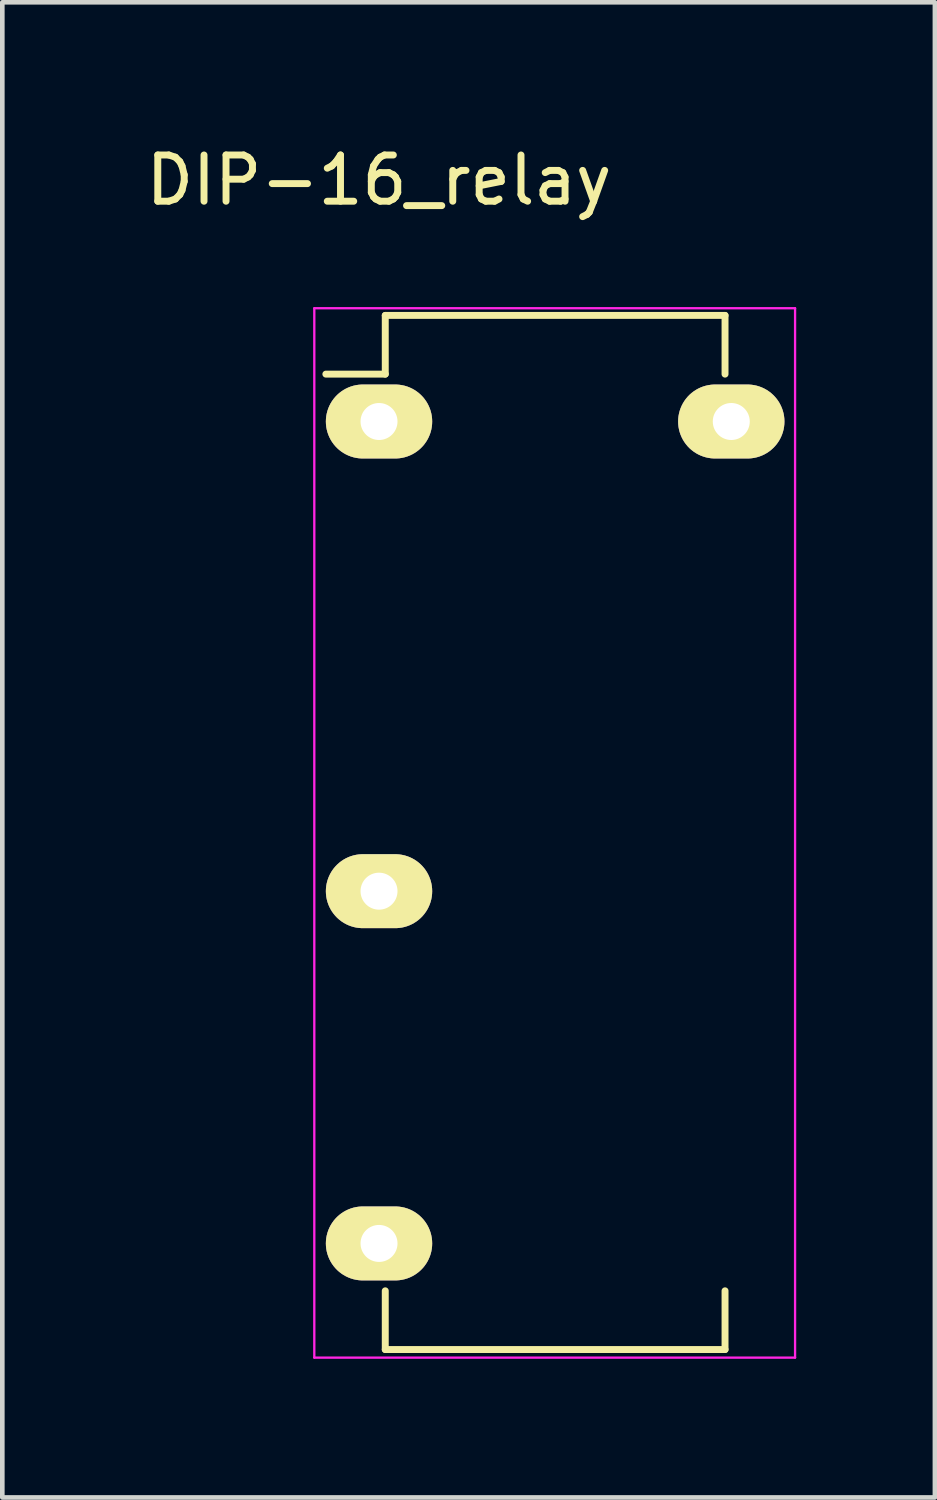
<source format=kicad_pcb>
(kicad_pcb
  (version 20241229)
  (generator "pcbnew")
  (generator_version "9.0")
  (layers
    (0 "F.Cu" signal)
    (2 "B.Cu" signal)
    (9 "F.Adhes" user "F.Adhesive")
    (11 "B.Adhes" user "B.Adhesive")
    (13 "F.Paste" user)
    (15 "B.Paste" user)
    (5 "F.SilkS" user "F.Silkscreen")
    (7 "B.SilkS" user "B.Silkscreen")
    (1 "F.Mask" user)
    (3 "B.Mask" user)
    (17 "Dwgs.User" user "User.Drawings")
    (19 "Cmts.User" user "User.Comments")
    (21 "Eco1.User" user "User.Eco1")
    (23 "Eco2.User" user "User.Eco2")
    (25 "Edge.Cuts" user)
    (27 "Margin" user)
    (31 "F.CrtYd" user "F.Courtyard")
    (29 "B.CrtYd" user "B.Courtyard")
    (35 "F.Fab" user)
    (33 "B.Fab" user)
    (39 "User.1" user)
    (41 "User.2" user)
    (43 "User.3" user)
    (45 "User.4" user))
  (footprint "DIP-16_relay"
    (layer "F.Cu")
    (at 5.149 6.068)
    (property "Reference" "DIP-16_relay" (at 0 -5.22 0) (layer "F.SilkS") (effects (font (size 1 1) (thickness 0.15))))
    (attr through_hole)
    (fp_line (start 0.135 -2.295) (end 0.135 -1.025) (stroke (width 0.15) (type solid)) (layer "F.SilkS"))
    (fp_line (start 0.135 -2.295) (end 7.485 -2.295) (stroke (width 0.15) (type solid)) (layer "F.SilkS"))
    (fp_line (start 0.135 -1.025) (end -1.15 -1.025) (stroke (width 0.15) (type solid)) (layer "F.SilkS"))
    (fp_line (start 0.135 20.075) (end 0.135 18.805) (stroke (width 0.15) (type solid)) (layer "F.SilkS"))
    (fp_line (start 0.135 20.075) (end 7.485 20.075) (stroke (width 0.15) (type solid)) (layer "F.SilkS"))
    (fp_line (start 7.485 -2.295) (end 7.485 -1.025) (stroke (width 0.15) (type solid)) (layer "F.SilkS"))
    (fp_line (start 7.485 20.075) (end 7.485 18.805) (stroke (width 0.15) (type solid)) (layer "F.SilkS"))
    (fp_line (start -1.4 -2.45) (end -1.4 20.25) (stroke (width 0.05) (type solid)) (layer "F.CrtYd"))
    (fp_line (start -1.4 -2.45) (end 9 -2.45) (stroke (width 0.05) (type solid)) (layer "F.CrtYd"))
    (fp_line (start -1.4 20.25) (end 9 20.25) (stroke (width 0.05) (type solid)) (layer "F.CrtYd"))
    (fp_line (start 9 -2.45) (end 9 20.25) (stroke (width 0.05) (type solid)) (layer "F.CrtYd"))
    (pad "1" thru_hole oval (at 0 0) (size 2.3 1.6) (drill 0.8) (layers "*.Cu" "*.Mask" "F.SilkS"))
    (pad "5" thru_hole oval (at 0 10.16) (size 2.3 1.6) (drill 0.8) (layers "*.Cu" "*.Mask" "F.SilkS"))
    (pad "8" thru_hole oval (at 0 17.78) (size 2.3 1.6) (drill 0.8) (layers "*.Cu" "*.Mask" "F.SilkS"))
    (pad "16" thru_hole oval (at 7.62 0) (size 2.3 1.6) (drill 0.8) (layers "*.Cu" "*.Mask" "F.SilkS")))
  (gr_rect
    (start -3 -3)
    (end 17.174 29.343)
    (stroke (width 0.1) (type default))
    (fill no)
    (layer "Edge.Cuts")))
</source>
